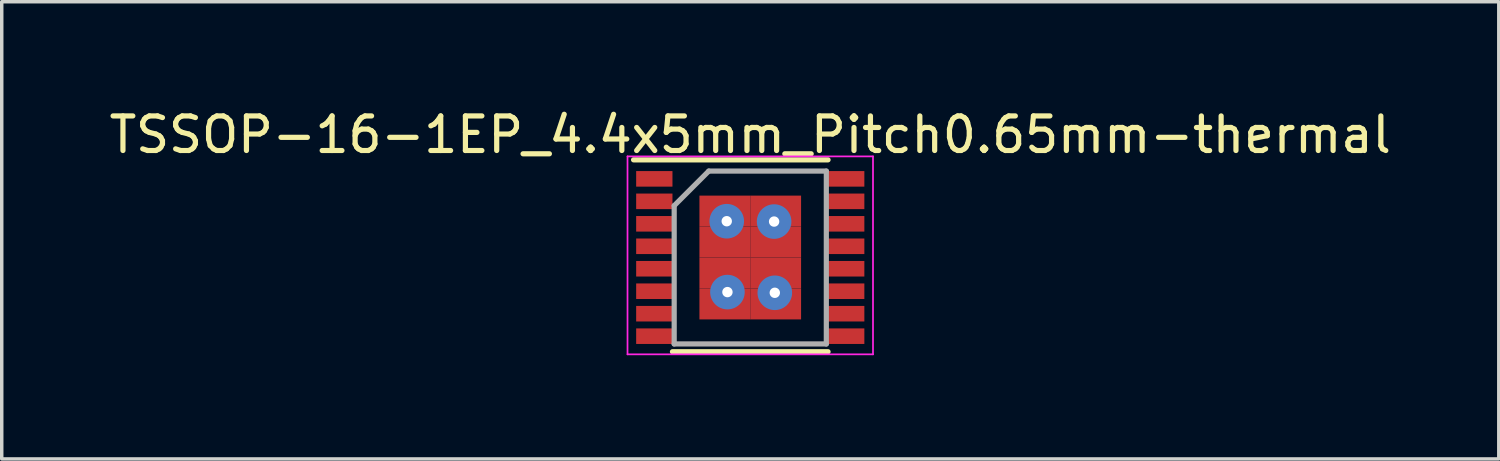
<source format=kicad_pcb>
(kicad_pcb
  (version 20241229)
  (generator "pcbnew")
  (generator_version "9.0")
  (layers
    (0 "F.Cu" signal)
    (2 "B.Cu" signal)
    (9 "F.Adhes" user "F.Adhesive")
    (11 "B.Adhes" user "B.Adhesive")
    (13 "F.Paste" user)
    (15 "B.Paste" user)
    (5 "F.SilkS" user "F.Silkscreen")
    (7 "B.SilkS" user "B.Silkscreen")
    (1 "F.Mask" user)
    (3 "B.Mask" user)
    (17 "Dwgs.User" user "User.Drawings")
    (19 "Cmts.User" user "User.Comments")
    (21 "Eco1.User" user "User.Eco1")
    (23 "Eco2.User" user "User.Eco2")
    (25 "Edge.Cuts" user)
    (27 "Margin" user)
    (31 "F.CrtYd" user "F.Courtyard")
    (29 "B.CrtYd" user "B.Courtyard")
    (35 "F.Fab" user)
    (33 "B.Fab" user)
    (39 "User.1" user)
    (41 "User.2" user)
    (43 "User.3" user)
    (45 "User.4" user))
  (footprint "TSSOP-16-1EP_4.4x5mm_Pitch0.65mm-thermal"
    (layer "F.Cu")
    (at 18.649 4.398)
    (property "Reference" "TSSOP-16-1EP_4.4x5mm_Pitch0.65mm-thermal" (at 0 -3.55 0) (layer "F.SilkS") (effects (font (size 1 1) (thickness 0.15))))
    (attr smd)
    (fp_line (start -3.375 -2.825) (end 2.25 -2.825) (stroke (width 0.15) (type solid)) (layer "F.SilkS"))
    (fp_line (start -2.25 2.725) (end 2.25 2.725) (stroke (width 0.15) (type solid)) (layer "F.SilkS"))
    (fp_line (start -3.55 -2.925) (end -3.55 2.8) (stroke (width 0.05) (type solid)) (layer "F.CrtYd"))
    (fp_line (start -3.55 -2.925) (end 3.55 -2.925) (stroke (width 0.05) (type solid)) (layer "F.CrtYd"))
    (fp_line (start -3.55 2.8) (end 3.55 2.8) (stroke (width 0.05) (type solid)) (layer "F.CrtYd"))
    (fp_line (start 3.55 -2.925) (end 3.55 2.8) (stroke (width 0.05) (type solid)) (layer "F.CrtYd"))
    (fp_line (start -2.2 -1.5) (end -1.2 -2.5) (stroke (width 0.15) (type solid)) (layer "F.Fab"))
    (fp_line (start -2.2 2.5) (end -2.2 -1.5) (stroke (width 0.15) (type solid)) (layer "F.Fab"))
    (fp_line (start -1.2 -2.5) (end 2.2 -2.5) (stroke (width 0.15) (type solid)) (layer "F.Fab"))
    (fp_line (start 2.2 -2.5) (end 2.2 2.5) (stroke (width 0.15) (type solid)) (layer "F.Fab"))
    (fp_line (start 2.2 2.5) (end -2.2 2.5) (stroke (width 0.15) (type solid)) (layer "F.Fab"))
    (pad "" thru_hole circle (at -0.68 -1.05) (size 1 1) (drill 0.3) (layers "*.Cu" "*.Mask"))
    (pad "" thru_hole circle (at -0.66 1) (size 1 1) (drill 0.3) (layers "*.Cu" "*.Mask"))
    (pad "" thru_hole circle (at 0.69 -1.04) (size 1 1) (drill 0.3) (layers "*.Cu" "*.Mask"))
    (pad "" thru_hole circle (at 0.71 1.02) (size 1 1) (drill 0.3) (layers "*.Cu" "*.Mask"))
    (pad "1" smd rect (at -2.775 -2.275) (size 1.05 0.45) (layers "F.Cu" "F.Mask" "F.Paste"))
    (pad "2" smd rect (at -2.775 -1.625) (size 1.05 0.45) (layers "F.Cu" "F.Mask" "F.Paste"))
    (pad "3" smd rect (at -2.775 -0.975) (size 1.05 0.45) (layers "F.Cu" "F.Mask" "F.Paste"))
    (pad "4" smd rect (at -2.775 -0.325) (size 1.05 0.45) (layers "F.Cu" "F.Mask" "F.Paste"))
    (pad "5" smd rect (at -2.775 0.325) (size 1.05 0.45) (layers "F.Cu" "F.Mask" "F.Paste"))
    (pad "6" smd rect (at -2.775 0.975) (size 1.05 0.45) (layers "F.Cu" "F.Mask" "F.Paste"))
    (pad "7" smd rect (at -2.775 1.625) (size 1.05 0.45) (layers "F.Cu" "F.Mask" "F.Paste"))
    (pad "8" smd rect (at -2.775 2.275) (size 1.05 0.45) (layers "F.Cu" "F.Mask" "F.Paste"))
    (pad "9" smd rect (at 2.775 2.275) (size 1.05 0.45) (layers "F.Cu" "F.Mask" "F.Paste"))
    (pad "10" smd rect (at 2.775 1.625) (size 1.05 0.45) (layers "F.Cu" "F.Mask" "F.Paste"))
    (pad "11" smd rect (at 2.775 0.975) (size 1.05 0.45) (layers "F.Cu" "F.Mask" "F.Paste"))
    (pad "12" smd rect (at 2.775 0.325) (size 1.05 0.45) (layers "F.Cu" "F.Mask" "F.Paste"))
    (pad "13" smd rect (at 2.775 -0.325) (size 1.05 0.45) (layers "F.Cu" "F.Mask" "F.Paste"))
    (pad "14" smd rect (at 2.775 -0.975) (size 1.05 0.45) (layers "F.Cu" "F.Mask" "F.Paste"))
    (pad "15" smd rect (at 2.775 -1.625) (size 1.05 0.45) (layers "F.Cu" "F.Mask" "F.Paste"))
    (pad "16" smd rect (at 2.775 -2.275) (size 1.05 0.45) (layers "F.Cu" "F.Mask" "F.Paste"))
    (pad "17" smd rect (at -0.735 -1.343) (size 1.47 0.895) (layers "F.Cu" "F.Mask" "F.Paste"))
    (pad "17" smd rect (at -0.735 -0.448) (size 1.47 0.895) (layers "F.Cu" "F.Mask" "F.Paste"))
    (pad "17" smd rect (at -0.735 0.448) (size 1.47 0.895) (layers "F.Cu" "F.Mask" "F.Paste"))
    (pad "17" smd rect (at -0.735 1.343) (size 1.47 0.895) (layers "F.Cu" "F.Mask" "F.Paste"))
    (pad "17" smd rect (at 0.735 -1.343) (size 1.47 0.895) (layers "F.Cu" "F.Mask" "F.Paste"))
    (pad "17" smd rect (at 0.735 -0.448) (size 1.47 0.895) (layers "F.Cu" "F.Mask" "F.Paste"))
    (pad "17" smd rect (at 0.735 0.448) (size 1.47 0.895) (layers "F.Cu" "F.Mask" "F.Paste"))
    (pad "17" smd rect (at 0.735 1.343) (size 1.47 0.895) (layers "F.Cu" "F.Mask" "F.Paste")))
  (gr_rect
    (start -3 -3)
    (end 40.298 10.223)
    (stroke (width 0.1) (type default))
    (fill no)
    (layer "Edge.Cuts")))
</source>
